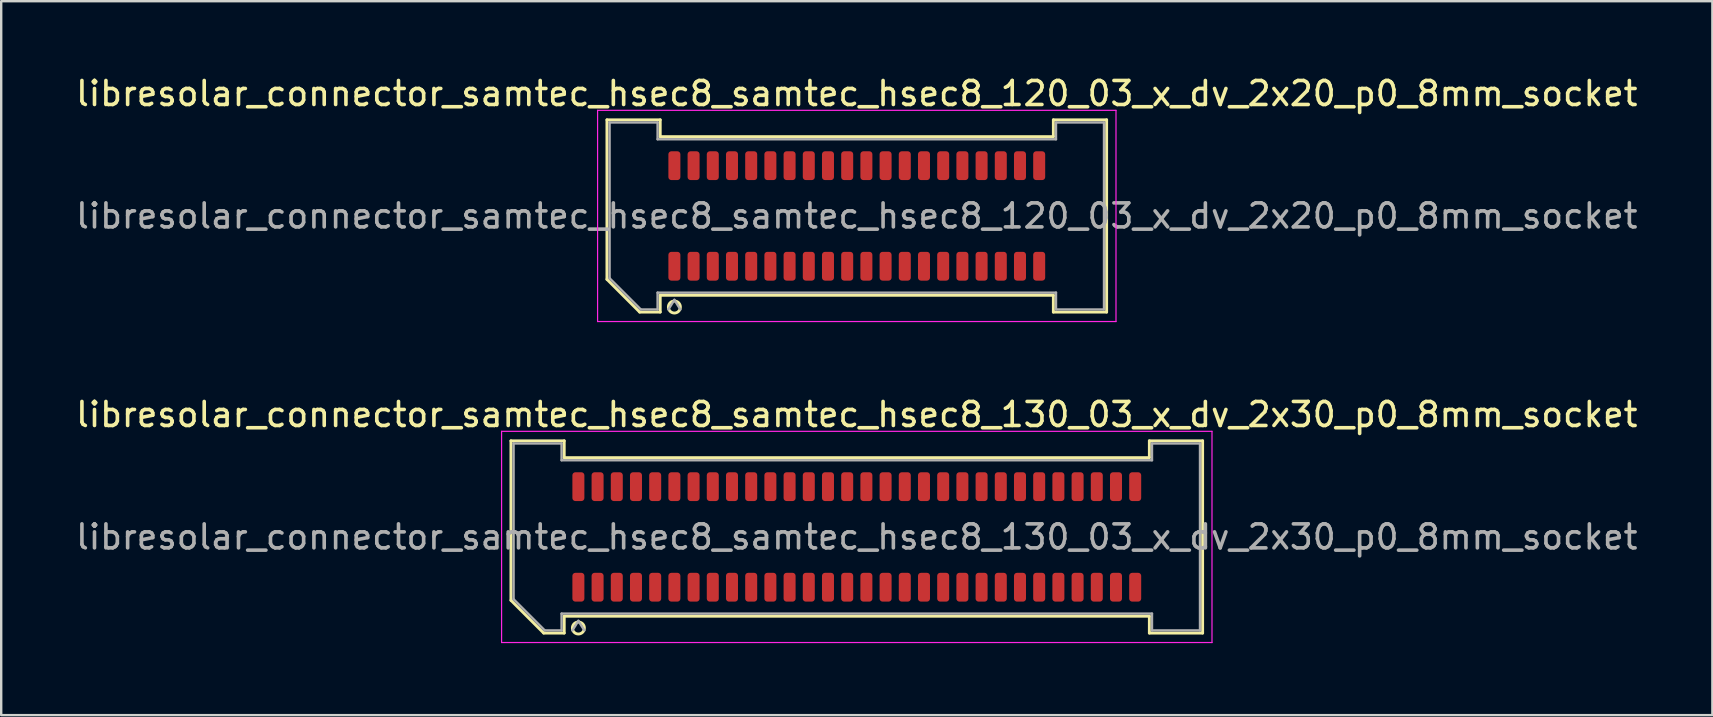
<source format=kicad_pcb>
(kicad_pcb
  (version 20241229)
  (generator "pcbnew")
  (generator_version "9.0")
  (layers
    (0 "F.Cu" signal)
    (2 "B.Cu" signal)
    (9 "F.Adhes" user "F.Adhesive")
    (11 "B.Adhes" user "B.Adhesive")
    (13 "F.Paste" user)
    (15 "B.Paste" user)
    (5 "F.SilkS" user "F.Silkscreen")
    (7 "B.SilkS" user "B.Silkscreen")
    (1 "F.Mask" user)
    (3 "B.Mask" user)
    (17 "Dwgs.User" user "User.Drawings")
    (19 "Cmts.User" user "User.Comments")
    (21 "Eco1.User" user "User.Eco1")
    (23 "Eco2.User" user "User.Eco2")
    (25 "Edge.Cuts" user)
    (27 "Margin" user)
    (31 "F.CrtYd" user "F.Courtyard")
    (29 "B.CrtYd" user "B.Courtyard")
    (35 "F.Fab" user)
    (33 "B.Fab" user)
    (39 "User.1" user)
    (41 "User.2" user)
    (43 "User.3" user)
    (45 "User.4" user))
  (footprint "libresolar_connector_samtec_hsec8_samtec_hsec8_120_03_x_dv_2x20_p0_8mm_socket"
    (layer "F.Cu")
    (at 32.649 5.948)
    (property "Reference" "libresolar_connector_samtec_hsec8_samtec_hsec8_120_03_x_dv_2x20_p0_8mm_socket" (at 0 -5.1 0) (layer "F.SilkS") (effects (font (size 1 1) (thickness 0.15))))
    (attr smd)
    (fp_line (start -10.41 -4.005) (end -8.19 -4.005) (stroke (width 0.12) (type solid)) (layer "F.SilkS"))
    (fp_line (start -10.41 2.641) (end -10.41 -4.005) (stroke (width 0.12) (type solid)) (layer "F.SilkS"))
    (fp_line (start -9.046 4.005) (end -10.41 2.641) (stroke (width 0.12) (type solid)) (layer "F.SilkS"))
    (fp_line (start -8.19 -4.005) (end -8.19 -3.305) (stroke (width 0.12) (type solid)) (layer "F.SilkS"))
    (fp_line (start -8.19 -3.305) (end 8.19 -3.305) (stroke (width 0.12) (type solid)) (layer "F.SilkS"))
    (fp_line (start -8.19 3.305) (end -8.19 4.005) (stroke (width 0.12) (type solid)) (layer "F.SilkS"))
    (fp_line (start -8.19 4.005) (end -9.046 4.005) (stroke (width 0.12) (type solid)) (layer "F.SilkS"))
    (fp_line (start 8.19 -4.005) (end 10.41 -4.005) (stroke (width 0.12) (type solid)) (layer "F.SilkS"))
    (fp_line (start 8.19 -3.305) (end 8.19 -4.005) (stroke (width 0.12) (type solid)) (layer "F.SilkS"))
    (fp_line (start 8.19 3.305) (end -8.19 3.305) (stroke (width 0.12) (type solid)) (layer "F.SilkS"))
    (fp_line (start 8.19 4.005) (end 8.19 3.305) (stroke (width 0.12) (type solid)) (layer "F.SilkS"))
    (fp_line (start 10.41 -4.005) (end 10.41 4.005) (stroke (width 0.12) (type solid)) (layer "F.SilkS"))
    (fp_line (start 10.41 4.005) (end 8.19 4.005) (stroke (width 0.12) (type solid)) (layer "F.SilkS"))
    (fp_arc (start -7.35 3.795) (mid -7.85 3.795) (end -7.35 3.795) (stroke (width 0.12) (type solid)) (layer "F.SilkS"))
    (fp_line (start -10.8 -4.4) (end -10.8 4.4) (stroke (width 0.05) (type solid)) (layer "F.CrtYd"))
    (fp_line (start -10.8 4.4) (end 10.8 4.4) (stroke (width 0.05) (type solid)) (layer "F.CrtYd"))
    (fp_line (start 10.8 -4.4) (end -10.8 -4.4) (stroke (width 0.05) (type solid)) (layer "F.CrtYd"))
    (fp_line (start 10.8 4.4) (end 10.8 -4.4) (stroke (width 0.05) (type solid)) (layer "F.CrtYd"))
    (fp_line (start -10.3 -3.895) (end -8.3 -3.895) (stroke (width 0.1) (type solid)) (layer "F.Fab"))
    (fp_line (start -10.3 2.595) (end -10.3 -3.895) (stroke (width 0.1) (type solid)) (layer "F.Fab"))
    (fp_line (start -9 3.895) (end -10.3 2.595) (stroke (width 0.1) (type solid)) (layer "F.Fab"))
    (fp_line (start -8.3 -3.895) (end -8.3 -3.195) (stroke (width 0.1) (type solid)) (layer "F.Fab"))
    (fp_line (start -8.3 -3.195) (end 8.3 -3.195) (stroke (width 0.1) (type solid)) (layer "F.Fab"))
    (fp_line (start -8.3 3.195) (end -8.3 3.895) (stroke (width 0.1) (type solid)) (layer "F.Fab"))
    (fp_line (start -8.3 3.895) (end -9 3.895) (stroke (width 0.1) (type solid)) (layer "F.Fab"))
    (fp_line (start -7.6 3.495) (end -7.85 3.895) (stroke (width 0.1) (type solid)) (layer "F.Fab"))
    (fp_line (start -7.6 3.495) (end -7.35 3.895) (stroke (width 0.1) (type solid)) (layer "F.Fab"))
    (fp_line (start 8.3 -3.895) (end 10.3 -3.895) (stroke (width 0.1) (type solid)) (layer "F.Fab"))
    (fp_line (start 8.3 -3.195) (end 8.3 -3.895) (stroke (width 0.1) (type solid)) (layer "F.Fab"))
    (fp_line (start 8.3 3.195) (end -8.3 3.195) (stroke (width 0.1) (type solid)) (layer "F.Fab"))
    (fp_line (start 8.3 3.895) (end 8.3 3.195) (stroke (width 0.1) (type solid)) (layer "F.Fab"))
    (fp_line (start 10.3 -3.895) (end 10.3 3.895) (stroke (width 0.1) (type solid)) (layer "F.Fab"))
    (fp_line (start 10.3 3.895) (end 8.3 3.895) (stroke (width 0.1) (type solid)) (layer "F.Fab"))
    (fp_text user "${REFERENCE}" (at 0 0 0) (layer "F.Fab") (effects (font (size 1 1) (thickness 0.15))))
    (pad "1" smd roundrect (at -7.6 2.095) (size 0.5 1.2) (layers "F.Cu" "F.Mask" "F.Paste") (roundrect_rratio 0.25))
    (pad "2" smd roundrect (at -7.6 -2.095) (size 0.5 1.2) (layers "F.Cu" "F.Mask" "F.Paste") (roundrect_rratio 0.25))
    (pad "3" smd roundrect (at -6.8 2.095) (size 0.5 1.2) (layers "F.Cu" "F.Mask" "F.Paste") (roundrect_rratio 0.25))
    (pad "4" smd roundrect (at -6.8 -2.095) (size 0.5 1.2) (layers "F.Cu" "F.Mask" "F.Paste") (roundrect_rratio 0.25))
    (pad "5" smd roundrect (at -6 2.095) (size 0.5 1.2) (layers "F.Cu" "F.Mask" "F.Paste") (roundrect_rratio 0.25))
    (pad "6" smd roundrect (at -6 -2.095) (size 0.5 1.2) (layers "F.Cu" "F.Mask" "F.Paste") (roundrect_rratio 0.25))
    (pad "7" smd roundrect (at -5.2 2.095) (size 0.5 1.2) (layers "F.Cu" "F.Mask" "F.Paste") (roundrect_rratio 0.25))
    (pad "8" smd roundrect (at -5.2 -2.095) (size 0.5 1.2) (layers "F.Cu" "F.Mask" "F.Paste") (roundrect_rratio 0.25))
    (pad "9" smd roundrect (at -4.4 2.095) (size 0.5 1.2) (layers "F.Cu" "F.Mask" "F.Paste") (roundrect_rratio 0.25))
    (pad "10" smd roundrect (at -4.4 -2.095) (size 0.5 1.2) (layers "F.Cu" "F.Mask" "F.Paste") (roundrect_rratio 0.25))
    (pad "11" smd roundrect (at -3.6 2.095) (size 0.5 1.2) (layers "F.Cu" "F.Mask" "F.Paste") (roundrect_rratio 0.25))
    (pad "12" smd roundrect (at -3.6 -2.095) (size 0.5 1.2) (layers "F.Cu" "F.Mask" "F.Paste") (roundrect_rratio 0.25))
    (pad "13" smd roundrect (at -2.8 2.095) (size 0.5 1.2) (layers "F.Cu" "F.Mask" "F.Paste") (roundrect_rratio 0.25))
    (pad "14" smd roundrect (at -2.8 -2.095) (size 0.5 1.2) (layers "F.Cu" "F.Mask" "F.Paste") (roundrect_rratio 0.25))
    (pad "15" smd roundrect (at -2 2.095) (size 0.5 1.2) (layers "F.Cu" "F.Mask" "F.Paste") (roundrect_rratio 0.25))
    (pad "16" smd roundrect (at -2 -2.095) (size 0.5 1.2) (layers "F.Cu" "F.Mask" "F.Paste") (roundrect_rratio 0.25))
    (pad "17" smd roundrect (at -1.2 2.095) (size 0.5 1.2) (layers "F.Cu" "F.Mask" "F.Paste") (roundrect_rratio 0.25))
    (pad "18" smd roundrect (at -1.2 -2.095) (size 0.5 1.2) (layers "F.Cu" "F.Mask" "F.Paste") (roundrect_rratio 0.25))
    (pad "19" smd roundrect (at -0.4 2.095) (size 0.5 1.2) (layers "F.Cu" "F.Mask" "F.Paste") (roundrect_rratio 0.25))
    (pad "20" smd roundrect (at -0.4 -2.095) (size 0.5 1.2) (layers "F.Cu" "F.Mask" "F.Paste") (roundrect_rratio 0.25))
    (pad "21" smd roundrect (at 0.4 2.095) (size 0.5 1.2) (layers "F.Cu" "F.Mask" "F.Paste") (roundrect_rratio 0.25))
    (pad "22" smd roundrect (at 0.4 -2.095) (size 0.5 1.2) (layers "F.Cu" "F.Mask" "F.Paste") (roundrect_rratio 0.25))
    (pad "23" smd roundrect (at 1.2 2.095) (size 0.5 1.2) (layers "F.Cu" "F.Mask" "F.Paste") (roundrect_rratio 0.25))
    (pad "24" smd roundrect (at 1.2 -2.095) (size 0.5 1.2) (layers "F.Cu" "F.Mask" "F.Paste") (roundrect_rratio 0.25))
    (pad "25" smd roundrect (at 2 2.095) (size 0.5 1.2) (layers "F.Cu" "F.Mask" "F.Paste") (roundrect_rratio 0.25))
    (pad "26" smd roundrect (at 2 -2.095) (size 0.5 1.2) (layers "F.Cu" "F.Mask" "F.Paste") (roundrect_rratio 0.25))
    (pad "27" smd roundrect (at 2.8 2.095) (size 0.5 1.2) (layers "F.Cu" "F.Mask" "F.Paste") (roundrect_rratio 0.25))
    (pad "28" smd roundrect (at 2.8 -2.095) (size 0.5 1.2) (layers "F.Cu" "F.Mask" "F.Paste") (roundrect_rratio 0.25))
    (pad "29" smd roundrect (at 3.6 2.095) (size 0.5 1.2) (layers "F.Cu" "F.Mask" "F.Paste") (roundrect_rratio 0.25))
    (pad "30" smd roundrect (at 3.6 -2.095) (size 0.5 1.2) (layers "F.Cu" "F.Mask" "F.Paste") (roundrect_rratio 0.25))
    (pad "31" smd roundrect (at 4.4 2.095) (size 0.5 1.2) (layers "F.Cu" "F.Mask" "F.Paste") (roundrect_rratio 0.25))
    (pad "32" smd roundrect (at 4.4 -2.095) (size 0.5 1.2) (layers "F.Cu" "F.Mask" "F.Paste") (roundrect_rratio 0.25))
    (pad "33" smd roundrect (at 5.2 2.095) (size 0.5 1.2) (layers "F.Cu" "F.Mask" "F.Paste") (roundrect_rratio 0.25))
    (pad "34" smd roundrect (at 5.2 -2.095) (size 0.5 1.2) (layers "F.Cu" "F.Mask" "F.Paste") (roundrect_rratio 0.25))
    (pad "35" smd roundrect (at 6 2.095) (size 0.5 1.2) (layers "F.Cu" "F.Mask" "F.Paste") (roundrect_rratio 0.25))
    (pad "36" smd roundrect (at 6 -2.095) (size 0.5 1.2) (layers "F.Cu" "F.Mask" "F.Paste") (roundrect_rratio 0.25))
    (pad "37" smd roundrect (at 6.8 2.095) (size 0.5 1.2) (layers "F.Cu" "F.Mask" "F.Paste") (roundrect_rratio 0.25))
    (pad "38" smd roundrect (at 6.8 -2.095) (size 0.5 1.2) (layers "F.Cu" "F.Mask" "F.Paste") (roundrect_rratio 0.25))
    (pad "39" smd roundrect (at 7.6 2.095) (size 0.5 1.2) (layers "F.Cu" "F.Mask" "F.Paste") (roundrect_rratio 0.25))
    (pad "40" smd roundrect (at 7.6 -2.095) (size 0.5 1.2) (layers "F.Cu" "F.Mask" "F.Paste") (roundrect_rratio 0.25)))
  (footprint "libresolar_connector_samtec_hsec8_samtec_hsec8_130_03_x_dv_2x30_p0_8mm_socket"
    (layer "F.Cu")
    (at 32.649 19.322)
    (property "Reference" "libresolar_connector_samtec_hsec8_samtec_hsec8_130_03_x_dv_2x30_p0_8mm_socket" (at 0 -5.1 0) (layer "F.SilkS") (effects (font (size 1 1) (thickness 0.15))))
    (attr smd)
    (fp_line (start -14.41 -4.005) (end -12.19 -4.005) (stroke (width 0.12) (type solid)) (layer "F.SilkS"))
    (fp_line (start -14.41 2.641) (end -14.41 -4.005) (stroke (width 0.12) (type solid)) (layer "F.SilkS"))
    (fp_line (start -13.046 4.005) (end -14.41 2.641) (stroke (width 0.12) (type solid)) (layer "F.SilkS"))
    (fp_line (start -12.19 -4.005) (end -12.19 -3.305) (stroke (width 0.12) (type solid)) (layer "F.SilkS"))
    (fp_line (start -12.19 -3.305) (end 12.19 -3.305) (stroke (width 0.12) (type solid)) (layer "F.SilkS"))
    (fp_line (start -12.19 3.305) (end -12.19 4.005) (stroke (width 0.12) (type solid)) (layer "F.SilkS"))
    (fp_line (start -12.19 4.005) (end -13.046 4.005) (stroke (width 0.12) (type solid)) (layer "F.SilkS"))
    (fp_line (start 12.19 -4.005) (end 14.41 -4.005) (stroke (width 0.12) (type solid)) (layer "F.SilkS"))
    (fp_line (start 12.19 -3.305) (end 12.19 -4.005) (stroke (width 0.12) (type solid)) (layer "F.SilkS"))
    (fp_line (start 12.19 3.305) (end -12.19 3.305) (stroke (width 0.12) (type solid)) (layer "F.SilkS"))
    (fp_line (start 12.19 4.005) (end 12.19 3.305) (stroke (width 0.12) (type solid)) (layer "F.SilkS"))
    (fp_line (start 14.41 -4.005) (end 14.41 4.005) (stroke (width 0.12) (type solid)) (layer "F.SilkS"))
    (fp_line (start 14.41 4.005) (end 12.19 4.005) (stroke (width 0.12) (type solid)) (layer "F.SilkS"))
    (fp_arc (start -11.35 3.795) (mid -11.85 3.795) (end -11.35 3.795) (stroke (width 0.12) (type solid)) (layer "F.SilkS"))
    (fp_line (start -14.8 -4.4) (end -14.8 4.4) (stroke (width 0.05) (type solid)) (layer "F.CrtYd"))
    (fp_line (start -14.8 4.4) (end 14.8 4.4) (stroke (width 0.05) (type solid)) (layer "F.CrtYd"))
    (fp_line (start 14.8 -4.4) (end -14.8 -4.4) (stroke (width 0.05) (type solid)) (layer "F.CrtYd"))
    (fp_line (start 14.8 4.4) (end 14.8 -4.4) (stroke (width 0.05) (type solid)) (layer "F.CrtYd"))
    (fp_line (start -14.3 -3.895) (end -12.3 -3.895) (stroke (width 0.1) (type solid)) (layer "F.Fab"))
    (fp_line (start -14.3 2.595) (end -14.3 -3.895) (stroke (width 0.1) (type solid)) (layer "F.Fab"))
    (fp_line (start -13 3.895) (end -14.3 2.595) (stroke (width 0.1) (type solid)) (layer "F.Fab"))
    (fp_line (start -12.3 -3.895) (end -12.3 -3.195) (stroke (width 0.1) (type solid)) (layer "F.Fab"))
    (fp_line (start -12.3 -3.195) (end 12.3 -3.195) (stroke (width 0.1) (type solid)) (layer "F.Fab"))
    (fp_line (start -12.3 3.195) (end -12.3 3.895) (stroke (width 0.1) (type solid)) (layer "F.Fab"))
    (fp_line (start -12.3 3.895) (end -13 3.895) (stroke (width 0.1) (type solid)) (layer "F.Fab"))
    (fp_line (start -11.6 3.495) (end -11.85 3.895) (stroke (width 0.1) (type solid)) (layer "F.Fab"))
    (fp_line (start -11.6 3.495) (end -11.35 3.895) (stroke (width 0.1) (type solid)) (layer "F.Fab"))
    (fp_line (start 12.3 -3.895) (end 14.3 -3.895) (stroke (width 0.1) (type solid)) (layer "F.Fab"))
    (fp_line (start 12.3 -3.195) (end 12.3 -3.895) (stroke (width 0.1) (type solid)) (layer "F.Fab"))
    (fp_line (start 12.3 3.195) (end -12.3 3.195) (stroke (width 0.1) (type solid)) (layer "F.Fab"))
    (fp_line (start 12.3 3.895) (end 12.3 3.195) (stroke (width 0.1) (type solid)) (layer "F.Fab"))
    (fp_line (start 14.3 -3.895) (end 14.3 3.895) (stroke (width 0.1) (type solid)) (layer "F.Fab"))
    (fp_line (start 14.3 3.895) (end 12.3 3.895) (stroke (width 0.1) (type solid)) (layer "F.Fab"))
    (fp_text user "${REFERENCE}" (at 0 0 0) (layer "F.Fab") (effects (font (size 1 1) (thickness 0.15))))
    (pad "1" smd roundrect (at -11.6 2.095) (size 0.5 1.2) (layers "F.Cu" "F.Mask" "F.Paste") (roundrect_rratio 0.25))
    (pad "2" smd roundrect (at -11.6 -2.095) (size 0.5 1.2) (layers "F.Cu" "F.Mask" "F.Paste") (roundrect_rratio 0.25))
    (pad "3" smd roundrect (at -10.8 2.095) (size 0.5 1.2) (layers "F.Cu" "F.Mask" "F.Paste") (roundrect_rratio 0.25))
    (pad "4" smd roundrect (at -10.8 -2.095) (size 0.5 1.2) (layers "F.Cu" "F.Mask" "F.Paste") (roundrect_rratio 0.25))
    (pad "5" smd roundrect (at -10 2.095) (size 0.5 1.2) (layers "F.Cu" "F.Mask" "F.Paste") (roundrect_rratio 0.25))
    (pad "6" smd roundrect (at -10 -2.095) (size 0.5 1.2) (layers "F.Cu" "F.Mask" "F.Paste") (roundrect_rratio 0.25))
    (pad "7" smd roundrect (at -9.2 2.095) (size 0.5 1.2) (layers "F.Cu" "F.Mask" "F.Paste") (roundrect_rratio 0.25))
    (pad "8" smd roundrect (at -9.2 -2.095) (size 0.5 1.2) (layers "F.Cu" "F.Mask" "F.Paste") (roundrect_rratio 0.25))
    (pad "9" smd roundrect (at -8.4 2.095) (size 0.5 1.2) (layers "F.Cu" "F.Mask" "F.Paste") (roundrect_rratio 0.25))
    (pad "10" smd roundrect (at -8.4 -2.095) (size 0.5 1.2) (layers "F.Cu" "F.Mask" "F.Paste") (roundrect_rratio 0.25))
    (pad "11" smd roundrect (at -7.6 2.095) (size 0.5 1.2) (layers "F.Cu" "F.Mask" "F.Paste") (roundrect_rratio 0.25))
    (pad "12" smd roundrect (at -7.6 -2.095) (size 0.5 1.2) (layers "F.Cu" "F.Mask" "F.Paste") (roundrect_rratio 0.25))
    (pad "13" smd roundrect (at -6.8 2.095) (size 0.5 1.2) (layers "F.Cu" "F.Mask" "F.Paste") (roundrect_rratio 0.25))
    (pad "14" smd roundrect (at -6.8 -2.095) (size 0.5 1.2) (layers "F.Cu" "F.Mask" "F.Paste") (roundrect_rratio 0.25))
    (pad "15" smd roundrect (at -6 2.095) (size 0.5 1.2) (layers "F.Cu" "F.Mask" "F.Paste") (roundrect_rratio 0.25))
    (pad "16" smd roundrect (at -6 -2.095) (size 0.5 1.2) (layers "F.Cu" "F.Mask" "F.Paste") (roundrect_rratio 0.25))
    (pad "17" smd roundrect (at -5.2 2.095) (size 0.5 1.2) (layers "F.Cu" "F.Mask" "F.Paste") (roundrect_rratio 0.25))
    (pad "18" smd roundrect (at -5.2 -2.095) (size 0.5 1.2) (layers "F.Cu" "F.Mask" "F.Paste") (roundrect_rratio 0.25))
    (pad "19" smd roundrect (at -4.4 2.095) (size 0.5 1.2) (layers "F.Cu" "F.Mask" "F.Paste") (roundrect_rratio 0.25))
    (pad "20" smd roundrect (at -4.4 -2.095) (size 0.5 1.2) (layers "F.Cu" "F.Mask" "F.Paste") (roundrect_rratio 0.25))
    (pad "21" smd roundrect (at -3.6 2.095) (size 0.5 1.2) (layers "F.Cu" "F.Mask" "F.Paste") (roundrect_rratio 0.25))
    (pad "22" smd roundrect (at -3.6 -2.095) (size 0.5 1.2) (layers "F.Cu" "F.Mask" "F.Paste") (roundrect_rratio 0.25))
    (pad "23" smd roundrect (at -2.8 2.095) (size 0.5 1.2) (layers "F.Cu" "F.Mask" "F.Paste") (roundrect_rratio 0.25))
    (pad "24" smd roundrect (at -2.8 -2.095) (size 0.5 1.2) (layers "F.Cu" "F.Mask" "F.Paste") (roundrect_rratio 0.25))
    (pad "25" smd roundrect (at -2 2.095) (size 0.5 1.2) (layers "F.Cu" "F.Mask" "F.Paste") (roundrect_rratio 0.25))
    (pad "26" smd roundrect (at -2 -2.095) (size 0.5 1.2) (layers "F.Cu" "F.Mask" "F.Paste") (roundrect_rratio 0.25))
    (pad "27" smd roundrect (at -1.2 2.095) (size 0.5 1.2) (layers "F.Cu" "F.Mask" "F.Paste") (roundrect_rratio 0.25))
    (pad "28" smd roundrect (at -1.2 -2.095) (size 0.5 1.2) (layers "F.Cu" "F.Mask" "F.Paste") (roundrect_rratio 0.25))
    (pad "29" smd roundrect (at -0.4 2.095) (size 0.5 1.2) (layers "F.Cu" "F.Mask" "F.Paste") (roundrect_rratio 0.25))
    (pad "30" smd roundrect (at -0.4 -2.095) (size 0.5 1.2) (layers "F.Cu" "F.Mask" "F.Paste") (roundrect_rratio 0.25))
    (pad "31" smd roundrect (at 0.4 2.095) (size 0.5 1.2) (layers "F.Cu" "F.Mask" "F.Paste") (roundrect_rratio 0.25))
    (pad "32" smd roundrect (at 0.4 -2.095) (size 0.5 1.2) (layers "F.Cu" "F.Mask" "F.Paste") (roundrect_rratio 0.25))
    (pad "33" smd roundrect (at 1.2 2.095) (size 0.5 1.2) (layers "F.Cu" "F.Mask" "F.Paste") (roundrect_rratio 0.25))
    (pad "34" smd roundrect (at 1.2 -2.095) (size 0.5 1.2) (layers "F.Cu" "F.Mask" "F.Paste") (roundrect_rratio 0.25))
    (pad "35" smd roundrect (at 2 2.095) (size 0.5 1.2) (layers "F.Cu" "F.Mask" "F.Paste") (roundrect_rratio 0.25))
    (pad "36" smd roundrect (at 2 -2.095) (size 0.5 1.2) (layers "F.Cu" "F.Mask" "F.Paste") (roundrect_rratio 0.25))
    (pad "37" smd roundrect (at 2.8 2.095) (size 0.5 1.2) (layers "F.Cu" "F.Mask" "F.Paste") (roundrect_rratio 0.25))
    (pad "38" smd roundrect (at 2.8 -2.095) (size 0.5 1.2) (layers "F.Cu" "F.Mask" "F.Paste") (roundrect_rratio 0.25))
    (pad "39" smd roundrect (at 3.6 2.095) (size 0.5 1.2) (layers "F.Cu" "F.Mask" "F.Paste") (roundrect_rratio 0.25))
    (pad "40" smd roundrect (at 3.6 -2.095) (size 0.5 1.2) (layers "F.Cu" "F.Mask" "F.Paste") (roundrect_rratio 0.25))
    (pad "41" smd roundrect (at 4.4 2.095) (size 0.5 1.2) (layers "F.Cu" "F.Mask" "F.Paste") (roundrect_rratio 0.25))
    (pad "42" smd roundrect (at 4.4 -2.095) (size 0.5 1.2) (layers "F.Cu" "F.Mask" "F.Paste") (roundrect_rratio 0.25))
    (pad "43" smd roundrect (at 5.2 2.095) (size 0.5 1.2) (layers "F.Cu" "F.Mask" "F.Paste") (roundrect_rratio 0.25))
    (pad "44" smd roundrect (at 5.2 -2.095) (size 0.5 1.2) (layers "F.Cu" "F.Mask" "F.Paste") (roundrect_rratio 0.25))
    (pad "45" smd roundrect (at 6 2.095) (size 0.5 1.2) (layers "F.Cu" "F.Mask" "F.Paste") (roundrect_rratio 0.25))
    (pad "46" smd roundrect (at 6 -2.095) (size 0.5 1.2) (layers "F.Cu" "F.Mask" "F.Paste") (roundrect_rratio 0.25))
    (pad "47" smd roundrect (at 6.8 2.095) (size 0.5 1.2) (layers "F.Cu" "F.Mask" "F.Paste") (roundrect_rratio 0.25))
    (pad "48" smd roundrect (at 6.8 -2.095) (size 0.5 1.2) (layers "F.Cu" "F.Mask" "F.Paste") (roundrect_rratio 0.25))
    (pad "49" smd roundrect (at 7.6 2.095) (size 0.5 1.2) (layers "F.Cu" "F.Mask" "F.Paste") (roundrect_rratio 0.25))
    (pad "50" smd roundrect (at 7.6 -2.095) (size 0.5 1.2) (layers "F.Cu" "F.Mask" "F.Paste") (roundrect_rratio 0.25))
    (pad "51" smd roundrect (at 8.4 2.095) (size 0.5 1.2) (layers "F.Cu" "F.Mask" "F.Paste") (roundrect_rratio 0.25))
    (pad "52" smd roundrect (at 8.4 -2.095) (size 0.5 1.2) (layers "F.Cu" "F.Mask" "F.Paste") (roundrect_rratio 0.25))
    (pad "53" smd roundrect (at 9.2 2.095) (size 0.5 1.2) (layers "F.Cu" "F.Mask" "F.Paste") (roundrect_rratio 0.25))
    (pad "54" smd roundrect (at 9.2 -2.095) (size 0.5 1.2) (layers "F.Cu" "F.Mask" "F.Paste") (roundrect_rratio 0.25))
    (pad "55" smd roundrect (at 10 2.095) (size 0.5 1.2) (layers "F.Cu" "F.Mask" "F.Paste") (roundrect_rratio 0.25))
    (pad "56" smd roundrect (at 10 -2.095) (size 0.5 1.2) (layers "F.Cu" "F.Mask" "F.Paste") (roundrect_rratio 0.25))
    (pad "57" smd roundrect (at 10.8 2.095) (size 0.5 1.2) (layers "F.Cu" "F.Mask" "F.Paste") (roundrect_rratio 0.25))
    (pad "58" smd roundrect (at 10.8 -2.095) (size 0.5 1.2) (layers "F.Cu" "F.Mask" "F.Paste") (roundrect_rratio 0.25))
    (pad "59" smd roundrect (at 11.6 2.095) (size 0.5 1.2) (layers "F.Cu" "F.Mask" "F.Paste") (roundrect_rratio 0.25))
    (pad "60" smd roundrect (at 11.6 -2.095) (size 0.5 1.2) (layers "F.Cu" "F.Mask" "F.Paste") (roundrect_rratio 0.25)))
  (gr_rect
    (start -3 -3)
    (end 68.298 26.747)
    (stroke (width 0.1) (type default))
    (fill no)
    (layer "Edge.Cuts")))
</source>
